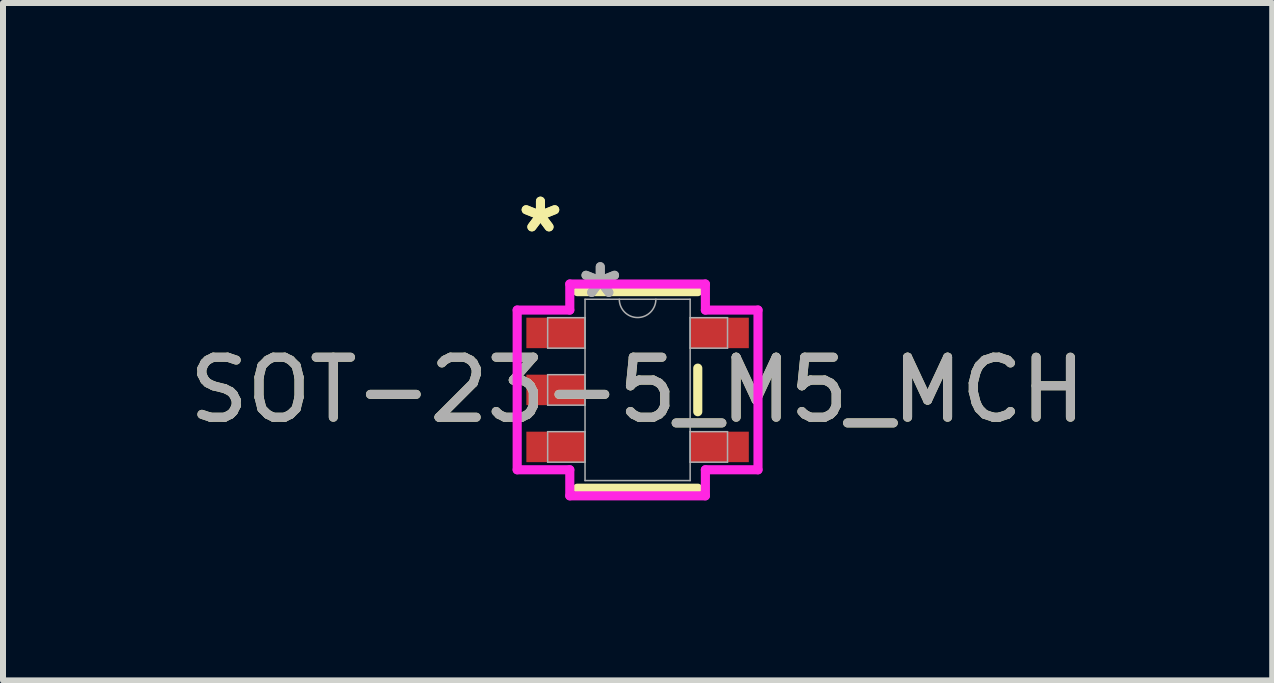
<source format=kicad_pcb>
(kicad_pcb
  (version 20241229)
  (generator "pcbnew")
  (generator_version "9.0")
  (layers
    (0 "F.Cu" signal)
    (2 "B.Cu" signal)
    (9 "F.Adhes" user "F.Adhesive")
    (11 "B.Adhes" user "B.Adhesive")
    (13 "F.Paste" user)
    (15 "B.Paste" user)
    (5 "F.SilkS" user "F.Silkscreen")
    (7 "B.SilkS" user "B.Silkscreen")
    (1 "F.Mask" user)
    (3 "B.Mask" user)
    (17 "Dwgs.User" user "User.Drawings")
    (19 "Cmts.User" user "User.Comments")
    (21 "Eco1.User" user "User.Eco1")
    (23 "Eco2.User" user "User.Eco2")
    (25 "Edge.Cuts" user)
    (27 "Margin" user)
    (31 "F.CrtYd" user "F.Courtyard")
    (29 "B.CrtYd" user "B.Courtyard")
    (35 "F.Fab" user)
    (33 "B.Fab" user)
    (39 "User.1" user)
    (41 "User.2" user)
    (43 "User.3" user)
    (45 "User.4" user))
  (footprint "SOT-23-5_M5_MCH"
    (layer "F.Cu")
    (at 7.577 3.449)
    (property "Reference" "SOT-23-5_M5_MCH" (at 0 0 0) (unlocked yes) (layer "F.SilkS") (effects (font (size 1 1) (thickness 0.15))))
    (attr smd)
    (fp_line (start -1.003 1.638) (end 1.003 1.638) (stroke (width 0.152) (type solid)) (layer "F.SilkS"))
    (fp_line (start 1.003 -1.638) (end -1.003 -1.638) (stroke (width 0.152) (type solid)) (layer "F.SilkS"))
    (fp_line (start 1.003 0.363) (end 1.003 -0.363) (stroke (width 0.152) (type solid)) (layer "F.SilkS"))
    (fp_line (start -2.007 -1.331) (end -1.13 -1.331) (stroke (width 0.152) (type solid)) (layer "F.CrtYd"))
    (fp_line (start -2.007 1.331) (end -2.007 -1.331) (stroke (width 0.152) (type solid)) (layer "F.CrtYd"))
    (fp_line (start -1.13 -1.765) (end 1.13 -1.765) (stroke (width 0.152) (type solid)) (layer "F.CrtYd"))
    (fp_line (start -1.13 -1.331) (end -1.13 -1.765) (stroke (width 0.152) (type solid)) (layer "F.CrtYd"))
    (fp_line (start -1.13 1.331) (end -2.007 1.331) (stroke (width 0.152) (type solid)) (layer "F.CrtYd"))
    (fp_line (start -1.13 1.765) (end -1.13 1.331) (stroke (width 0.152) (type solid)) (layer "F.CrtYd"))
    (fp_line (start 1.13 -1.765) (end 1.13 -1.331) (stroke (width 0.152) (type solid)) (layer "F.CrtYd"))
    (fp_line (start 1.13 -1.331) (end 2.007 -1.331) (stroke (width 0.152) (type solid)) (layer "F.CrtYd"))
    (fp_line (start 1.13 1.331) (end 1.13 1.765) (stroke (width 0.152) (type solid)) (layer "F.CrtYd"))
    (fp_line (start 1.13 1.765) (end -1.13 1.765) (stroke (width 0.152) (type solid)) (layer "F.CrtYd"))
    (fp_line (start 2.007 -1.331) (end 2.007 1.331) (stroke (width 0.152) (type solid)) (layer "F.CrtYd"))
    (fp_line (start 2.007 1.331) (end 1.13 1.331) (stroke (width 0.152) (type solid)) (layer "F.CrtYd"))
    (fp_line (start -1.499 -1.204) (end -1.499 -0.696) (stroke (width 0.025) (type solid)) (layer "F.Fab"))
    (fp_line (start -1.499 -0.696) (end -0.876 -0.696) (stroke (width 0.025) (type solid)) (layer "F.Fab"))
    (fp_line (start -1.499 -0.254) (end -1.499 0.254) (stroke (width 0.025) (type solid)) (layer "F.Fab"))
    (fp_line (start -1.499 0.254) (end -0.876 0.254) (stroke (width 0.025) (type solid)) (layer "F.Fab"))
    (fp_line (start -1.499 0.696) (end -1.499 1.204) (stroke (width 0.025) (type solid)) (layer "F.Fab"))
    (fp_line (start -1.499 1.204) (end -0.876 1.204) (stroke (width 0.025) (type solid)) (layer "F.Fab"))
    (fp_line (start -0.876 -1.511) (end -0.876 1.511) (stroke (width 0.025) (type solid)) (layer "F.Fab"))
    (fp_line (start -0.876 -1.204) (end -1.499 -1.204) (stroke (width 0.025) (type solid)) (layer "F.Fab"))
    (fp_line (start -0.876 -0.696) (end -0.876 -1.204) (stroke (width 0.025) (type solid)) (layer "F.Fab"))
    (fp_line (start -0.876 -0.254) (end -1.499 -0.254) (stroke (width 0.025) (type solid)) (layer "F.Fab"))
    (fp_line (start -0.876 0.254) (end -0.876 -0.254) (stroke (width 0.025) (type solid)) (layer "F.Fab"))
    (fp_line (start -0.876 0.696) (end -1.499 0.696) (stroke (width 0.025) (type solid)) (layer "F.Fab"))
    (fp_line (start -0.876 1.204) (end -0.876 0.696) (stroke (width 0.025) (type solid)) (layer "F.Fab"))
    (fp_line (start -0.876 1.511) (end 0.876 1.511) (stroke (width 0.025) (type solid)) (layer "F.Fab"))
    (fp_line (start 0.876 -1.511) (end -0.876 -1.511) (stroke (width 0.025) (type solid)) (layer "F.Fab"))
    (fp_line (start 0.876 -1.204) (end 0.876 -0.696) (stroke (width 0.025) (type solid)) (layer "F.Fab"))
    (fp_line (start 0.876 -0.696) (end 1.499 -0.696) (stroke (width 0.025) (type solid)) (layer "F.Fab"))
    (fp_line (start 0.876 0.696) (end 0.876 1.204) (stroke (width 0.025) (type solid)) (layer "F.Fab"))
    (fp_line (start 0.876 1.204) (end 1.499 1.204) (stroke (width 0.025) (type solid)) (layer "F.Fab"))
    (fp_line (start 0.876 1.511) (end 0.876 -1.511) (stroke (width 0.025) (type solid)) (layer "F.Fab"))
    (fp_line (start 1.499 -1.204) (end 0.876 -1.204) (stroke (width 0.025) (type solid)) (layer "F.Fab"))
    (fp_line (start 1.499 -0.696) (end 1.499 -1.204) (stroke (width 0.025) (type solid)) (layer "F.Fab"))
    (fp_line (start 1.499 0.696) (end 0.876 0.696) (stroke (width 0.025) (type solid)) (layer "F.Fab"))
    (fp_line (start 1.499 1.204) (end 1.499 0.696) (stroke (width 0.025) (type solid)) (layer "F.Fab"))
    (fp_arc (start 0.3048 -1.5113) (mid 0 -1.2065) (end -0.3048 -1.5113) (stroke (width 0.0254) (type solid)) (layer "F.Fab"))
    (fp_text user "*" (at -1.619 -2.601 0) (unlocked yes) (layer "F.SilkS") (effects (font (size 1 1) (thickness 0.15))))
    (fp_text user "*" (at -1.619 -2.601 0) (layer "F.SilkS") (effects (font (size 1 1) (thickness 0.15))))
    (fp_text user "*" (at -0.622 -1.509 0) (layer "F.Fab") (effects (font (size 1 1) (thickness 0.15))))
    (fp_text user "*" (at -0.622 -1.509 0) (unlocked yes) (layer "F.Fab") (effects (font (size 1 1) (thickness 0.15))))
    (fp_text user "${REFERENCE}" (at 0 0 0) (unlocked yes) (layer "F.Fab") (effects (font (size 1 1) (thickness 0.15))))
    (pad "1" smd rect (at -1.365 -0.95) (size 0.978 0.508) (layers "F.Cu" "F.Mask" "F.Paste"))
    (pad "2" smd rect (at -1.365 0) (size 0.978 0.508) (layers "F.Cu" "F.Mask" "F.Paste"))
    (pad "3" smd rect (at -1.365 0.95) (size 0.978 0.508) (layers "F.Cu" "F.Mask" "F.Paste"))
    (pad "4" smd rect (at 1.365 0.95) (size 0.978 0.508) (layers "F.Cu" "F.Mask" "F.Paste"))
    (pad "5" smd rect (at 1.365 -0.95) (size 0.978 0.508) (layers "F.Cu" "F.Mask" "F.Paste")))
  (gr_rect
    (start -3 -3)
    (end 18.155 8.291)
    (stroke (width 0.1) (type default))
    (fill no)
    (layer "Edge.Cuts")))
</source>
